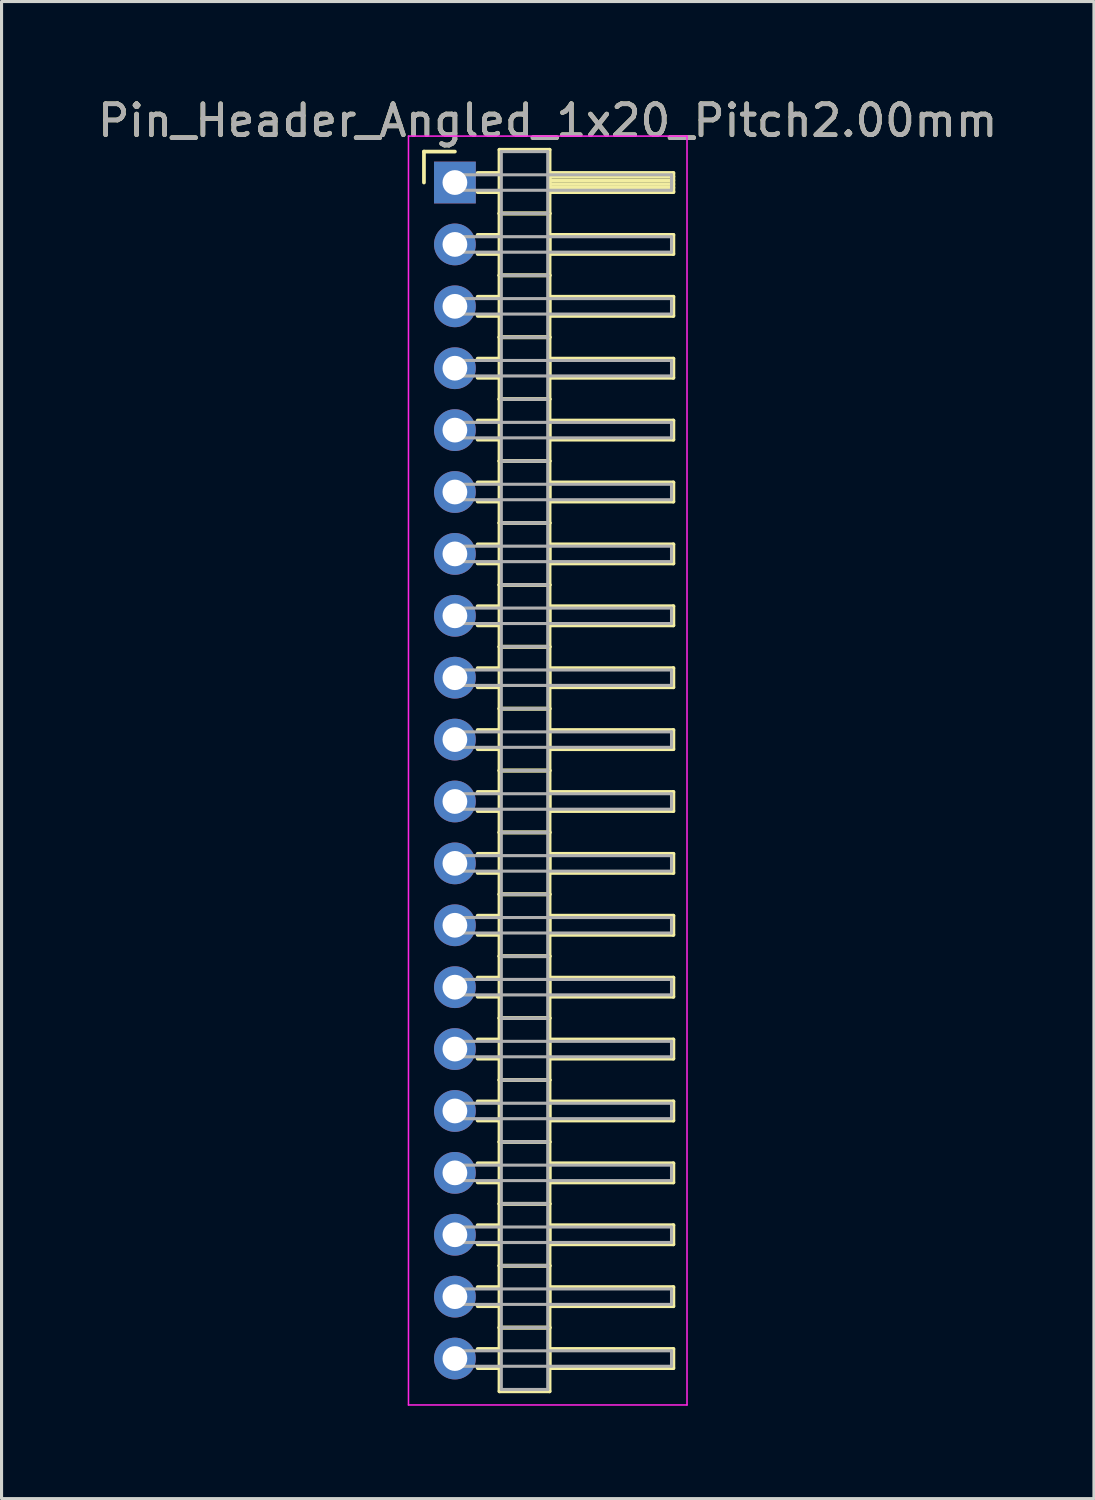
<source format=kicad_pcb>
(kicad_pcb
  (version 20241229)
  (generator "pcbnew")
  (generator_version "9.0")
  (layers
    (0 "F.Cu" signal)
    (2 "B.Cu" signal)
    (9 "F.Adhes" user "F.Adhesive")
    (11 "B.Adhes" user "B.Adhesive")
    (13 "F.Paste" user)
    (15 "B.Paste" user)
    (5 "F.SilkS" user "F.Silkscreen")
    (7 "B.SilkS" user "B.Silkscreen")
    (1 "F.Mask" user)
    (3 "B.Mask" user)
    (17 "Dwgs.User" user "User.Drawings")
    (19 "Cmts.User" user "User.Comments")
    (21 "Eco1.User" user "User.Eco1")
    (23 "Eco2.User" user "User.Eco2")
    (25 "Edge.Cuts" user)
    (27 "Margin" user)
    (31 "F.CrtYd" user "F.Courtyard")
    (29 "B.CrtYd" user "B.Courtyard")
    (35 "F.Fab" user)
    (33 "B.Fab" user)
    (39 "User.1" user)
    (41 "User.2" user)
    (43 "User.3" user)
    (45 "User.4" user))
  (footprint "Pin_Header_Angled_1x20_Pitch2.00mm"
    (layer "F.Cu")
    (at 11.649 2.848)
    (property "Reference" "Pin_Header_Angled_1x20_Pitch2.00mm" (at 3 -2 0) (layer "F.SilkS") (effects (font (size 1 1) (thickness 0.15))))
    (attr through_hole)
    (fp_line (start -1 -1) (end 0 -1) (stroke (width 0.12) (type solid)) (layer "F.SilkS"))
    (fp_line (start -1 0) (end -1 -1) (stroke (width 0.12) (type solid)) (layer "F.SilkS"))
    (fp_line (start 0.735 -0.31) (end 1.44 -0.31) (stroke (width 0.12) (type solid)) (layer "F.SilkS"))
    (fp_line (start 0.735 0.31) (end 1.44 0.31) (stroke (width 0.12) (type solid)) (layer "F.SilkS"))
    (fp_line (start 0.735 1.69) (end 1.44 1.69) (stroke (width 0.12) (type solid)) (layer "F.SilkS"))
    (fp_line (start 0.735 2.31) (end 1.44 2.31) (stroke (width 0.12) (type solid)) (layer "F.SilkS"))
    (fp_line (start 0.735 3.69) (end 1.44 3.69) (stroke (width 0.12) (type solid)) (layer "F.SilkS"))
    (fp_line (start 0.735 4.31) (end 1.44 4.31) (stroke (width 0.12) (type solid)) (layer "F.SilkS"))
    (fp_line (start 0.735 5.69) (end 1.44 5.69) (stroke (width 0.12) (type solid)) (layer "F.SilkS"))
    (fp_line (start 0.735 6.31) (end 1.44 6.31) (stroke (width 0.12) (type solid)) (layer "F.SilkS"))
    (fp_line (start 0.735 7.69) (end 1.44 7.69) (stroke (width 0.12) (type solid)) (layer "F.SilkS"))
    (fp_line (start 0.735 8.31) (end 1.44 8.31) (stroke (width 0.12) (type solid)) (layer "F.SilkS"))
    (fp_line (start 0.735 9.69) (end 1.44 9.69) (stroke (width 0.12) (type solid)) (layer "F.SilkS"))
    (fp_line (start 0.735 10.31) (end 1.44 10.31) (stroke (width 0.12) (type solid)) (layer "F.SilkS"))
    (fp_line (start 0.735 11.69) (end 1.44 11.69) (stroke (width 0.12) (type solid)) (layer "F.SilkS"))
    (fp_line (start 0.735 12.31) (end 1.44 12.31) (stroke (width 0.12) (type solid)) (layer "F.SilkS"))
    (fp_line (start 0.735 13.69) (end 1.44 13.69) (stroke (width 0.12) (type solid)) (layer "F.SilkS"))
    (fp_line (start 0.735 14.31) (end 1.44 14.31) (stroke (width 0.12) (type solid)) (layer "F.SilkS"))
    (fp_line (start 0.735 15.69) (end 1.44 15.69) (stroke (width 0.12) (type solid)) (layer "F.SilkS"))
    (fp_line (start 0.735 16.31) (end 1.44 16.31) (stroke (width 0.12) (type solid)) (layer "F.SilkS"))
    (fp_line (start 0.735 17.69) (end 1.44 17.69) (stroke (width 0.12) (type solid)) (layer "F.SilkS"))
    (fp_line (start 0.735 18.31) (end 1.44 18.31) (stroke (width 0.12) (type solid)) (layer "F.SilkS"))
    (fp_line (start 0.735 19.69) (end 1.44 19.69) (stroke (width 0.12) (type solid)) (layer "F.SilkS"))
    (fp_line (start 0.735 20.31) (end 1.44 20.31) (stroke (width 0.12) (type solid)) (layer "F.SilkS"))
    (fp_line (start 0.735 21.69) (end 1.44 21.69) (stroke (width 0.12) (type solid)) (layer "F.SilkS"))
    (fp_line (start 0.735 22.31) (end 1.44 22.31) (stroke (width 0.12) (type solid)) (layer "F.SilkS"))
    (fp_line (start 0.735 23.69) (end 1.44 23.69) (stroke (width 0.12) (type solid)) (layer "F.SilkS"))
    (fp_line (start 0.735 24.31) (end 1.44 24.31) (stroke (width 0.12) (type solid)) (layer "F.SilkS"))
    (fp_line (start 0.735 25.69) (end 1.44 25.69) (stroke (width 0.12) (type solid)) (layer "F.SilkS"))
    (fp_line (start 0.735 26.31) (end 1.44 26.31) (stroke (width 0.12) (type solid)) (layer "F.SilkS"))
    (fp_line (start 0.735 27.69) (end 1.44 27.69) (stroke (width 0.12) (type solid)) (layer "F.SilkS"))
    (fp_line (start 0.735 28.31) (end 1.44 28.31) (stroke (width 0.12) (type solid)) (layer "F.SilkS"))
    (fp_line (start 0.735 29.69) (end 1.44 29.69) (stroke (width 0.12) (type solid)) (layer "F.SilkS"))
    (fp_line (start 0.735 30.31) (end 1.44 30.31) (stroke (width 0.12) (type solid)) (layer "F.SilkS"))
    (fp_line (start 0.735 31.69) (end 1.44 31.69) (stroke (width 0.12) (type solid)) (layer "F.SilkS"))
    (fp_line (start 0.735 32.31) (end 1.44 32.31) (stroke (width 0.12) (type solid)) (layer "F.SilkS"))
    (fp_line (start 0.735 33.69) (end 1.44 33.69) (stroke (width 0.12) (type solid)) (layer "F.SilkS"))
    (fp_line (start 0.735 34.31) (end 1.44 34.31) (stroke (width 0.12) (type solid)) (layer "F.SilkS"))
    (fp_line (start 0.735 35.69) (end 1.44 35.69) (stroke (width 0.12) (type solid)) (layer "F.SilkS"))
    (fp_line (start 0.735 36.31) (end 1.44 36.31) (stroke (width 0.12) (type solid)) (layer "F.SilkS"))
    (fp_line (start 0.735 37.69) (end 1.44 37.69) (stroke (width 0.12) (type solid)) (layer "F.SilkS"))
    (fp_line (start 0.735 38.31) (end 1.44 38.31) (stroke (width 0.12) (type solid)) (layer "F.SilkS"))
    (fp_line (start 1.44 -1.06) (end 1.44 1) (stroke (width 0.12) (type solid)) (layer "F.SilkS"))
    (fp_line (start 1.44 1) (end 1.44 3) (stroke (width 0.12) (type solid)) (layer "F.SilkS"))
    (fp_line (start 1.44 1) (end 3.06 1) (stroke (width 0.12) (type solid)) (layer "F.SilkS"))
    (fp_line (start 1.44 3) (end 1.44 5) (stroke (width 0.12) (type solid)) (layer "F.SilkS"))
    (fp_line (start 1.44 3) (end 3.06 3) (stroke (width 0.12) (type solid)) (layer "F.SilkS"))
    (fp_line (start 1.44 5) (end 1.44 7) (stroke (width 0.12) (type solid)) (layer "F.SilkS"))
    (fp_line (start 1.44 5) (end 3.06 5) (stroke (width 0.12) (type solid)) (layer "F.SilkS"))
    (fp_line (start 1.44 7) (end 1.44 9) (stroke (width 0.12) (type solid)) (layer "F.SilkS"))
    (fp_line (start 1.44 7) (end 3.06 7) (stroke (width 0.12) (type solid)) (layer "F.SilkS"))
    (fp_line (start 1.44 9) (end 1.44 11) (stroke (width 0.12) (type solid)) (layer "F.SilkS"))
    (fp_line (start 1.44 9) (end 3.06 9) (stroke (width 0.12) (type solid)) (layer "F.SilkS"))
    (fp_line (start 1.44 11) (end 1.44 13) (stroke (width 0.12) (type solid)) (layer "F.SilkS"))
    (fp_line (start 1.44 11) (end 3.06 11) (stroke (width 0.12) (type solid)) (layer "F.SilkS"))
    (fp_line (start 1.44 13) (end 1.44 15) (stroke (width 0.12) (type solid)) (layer "F.SilkS"))
    (fp_line (start 1.44 13) (end 3.06 13) (stroke (width 0.12) (type solid)) (layer "F.SilkS"))
    (fp_line (start 1.44 15) (end 1.44 17) (stroke (width 0.12) (type solid)) (layer "F.SilkS"))
    (fp_line (start 1.44 15) (end 3.06 15) (stroke (width 0.12) (type solid)) (layer "F.SilkS"))
    (fp_line (start 1.44 17) (end 1.44 19) (stroke (width 0.12) (type solid)) (layer "F.SilkS"))
    (fp_line (start 1.44 17) (end 3.06 17) (stroke (width 0.12) (type solid)) (layer "F.SilkS"))
    (fp_line (start 1.44 19) (end 1.44 21) (stroke (width 0.12) (type solid)) (layer "F.SilkS"))
    (fp_line (start 1.44 19) (end 3.06 19) (stroke (width 0.12) (type solid)) (layer "F.SilkS"))
    (fp_line (start 1.44 21) (end 1.44 23) (stroke (width 0.12) (type solid)) (layer "F.SilkS"))
    (fp_line (start 1.44 21) (end 3.06 21) (stroke (width 0.12) (type solid)) (layer "F.SilkS"))
    (fp_line (start 1.44 23) (end 1.44 25) (stroke (width 0.12) (type solid)) (layer "F.SilkS"))
    (fp_line (start 1.44 23) (end 3.06 23) (stroke (width 0.12) (type solid)) (layer "F.SilkS"))
    (fp_line (start 1.44 25) (end 1.44 27) (stroke (width 0.12) (type solid)) (layer "F.SilkS"))
    (fp_line (start 1.44 25) (end 3.06 25) (stroke (width 0.12) (type solid)) (layer "F.SilkS"))
    (fp_line (start 1.44 27) (end 1.44 29) (stroke (width 0.12) (type solid)) (layer "F.SilkS"))
    (fp_line (start 1.44 27) (end 3.06 27) (stroke (width 0.12) (type solid)) (layer "F.SilkS"))
    (fp_line (start 1.44 29) (end 1.44 31) (stroke (width 0.12) (type solid)) (layer "F.SilkS"))
    (fp_line (start 1.44 29) (end 3.06 29) (stroke (width 0.12) (type solid)) (layer "F.SilkS"))
    (fp_line (start 1.44 31) (end 1.44 33) (stroke (width 0.12) (type solid)) (layer "F.SilkS"))
    (fp_line (start 1.44 31) (end 3.06 31) (stroke (width 0.12) (type solid)) (layer "F.SilkS"))
    (fp_line (start 1.44 33) (end 1.44 35) (stroke (width 0.12) (type solid)) (layer "F.SilkS"))
    (fp_line (start 1.44 33) (end 3.06 33) (stroke (width 0.12) (type solid)) (layer "F.SilkS"))
    (fp_line (start 1.44 35) (end 1.44 37) (stroke (width 0.12) (type solid)) (layer "F.SilkS"))
    (fp_line (start 1.44 35) (end 3.06 35) (stroke (width 0.12) (type solid)) (layer "F.SilkS"))
    (fp_line (start 1.44 37) (end 1.44 39.06) (stroke (width 0.12) (type solid)) (layer "F.SilkS"))
    (fp_line (start 1.44 37) (end 3.06 37) (stroke (width 0.12) (type solid)) (layer "F.SilkS"))
    (fp_line (start 1.44 39.06) (end 3.06 39.06) (stroke (width 0.12) (type solid)) (layer "F.SilkS"))
    (fp_line (start 3.06 -1.06) (end 1.44 -1.06) (stroke (width 0.12) (type solid)) (layer "F.SilkS"))
    (fp_line (start 3.06 -0.31) (end 3.06 0.31) (stroke (width 0.12) (type solid)) (layer "F.SilkS"))
    (fp_line (start 3.06 -0.19) (end 7.06 -0.19) (stroke (width 0.12) (type solid)) (layer "F.SilkS"))
    (fp_line (start 3.06 -0.07) (end 7.06 -0.07) (stroke (width 0.12) (type solid)) (layer "F.SilkS"))
    (fp_line (start 3.06 0.05) (end 7.06 0.05) (stroke (width 0.12) (type solid)) (layer "F.SilkS"))
    (fp_line (start 3.06 0.17) (end 7.06 0.17) (stroke (width 0.12) (type solid)) (layer "F.SilkS"))
    (fp_line (start 3.06 0.29) (end 7.06 0.29) (stroke (width 0.12) (type solid)) (layer "F.SilkS"))
    (fp_line (start 3.06 0.31) (end 7.06 0.31) (stroke (width 0.12) (type solid)) (layer "F.SilkS"))
    (fp_line (start 3.06 1) (end 1.44 1) (stroke (width 0.12) (type solid)) (layer "F.SilkS"))
    (fp_line (start 3.06 1) (end 3.06 -1.06) (stroke (width 0.12) (type solid)) (layer "F.SilkS"))
    (fp_line (start 3.06 1.69) (end 3.06 2.31) (stroke (width 0.12) (type solid)) (layer "F.SilkS"))
    (fp_line (start 3.06 2.31) (end 7.06 2.31) (stroke (width 0.12) (type solid)) (layer "F.SilkS"))
    (fp_line (start 3.06 3) (end 1.44 3) (stroke (width 0.12) (type solid)) (layer "F.SilkS"))
    (fp_line (start 3.06 3) (end 3.06 1) (stroke (width 0.12) (type solid)) (layer "F.SilkS"))
    (fp_line (start 3.06 3.69) (end 3.06 4.31) (stroke (width 0.12) (type solid)) (layer "F.SilkS"))
    (fp_line (start 3.06 4.31) (end 7.06 4.31) (stroke (width 0.12) (type solid)) (layer "F.SilkS"))
    (fp_line (start 3.06 5) (end 1.44 5) (stroke (width 0.12) (type solid)) (layer "F.SilkS"))
    (fp_line (start 3.06 5) (end 3.06 3) (stroke (width 0.12) (type solid)) (layer "F.SilkS"))
    (fp_line (start 3.06 5.69) (end 3.06 6.31) (stroke (width 0.12) (type solid)) (layer "F.SilkS"))
    (fp_line (start 3.06 6.31) (end 7.06 6.31) (stroke (width 0.12) (type solid)) (layer "F.SilkS"))
    (fp_line (start 3.06 7) (end 1.44 7) (stroke (width 0.12) (type solid)) (layer "F.SilkS"))
    (fp_line (start 3.06 7) (end 3.06 5) (stroke (width 0.12) (type solid)) (layer "F.SilkS"))
    (fp_line (start 3.06 7.69) (end 3.06 8.31) (stroke (width 0.12) (type solid)) (layer "F.SilkS"))
    (fp_line (start 3.06 8.31) (end 7.06 8.31) (stroke (width 0.12) (type solid)) (layer "F.SilkS"))
    (fp_line (start 3.06 9) (end 1.44 9) (stroke (width 0.12) (type solid)) (layer "F.SilkS"))
    (fp_line (start 3.06 9) (end 3.06 7) (stroke (width 0.12) (type solid)) (layer "F.SilkS"))
    (fp_line (start 3.06 9.69) (end 3.06 10.31) (stroke (width 0.12) (type solid)) (layer "F.SilkS"))
    (fp_line (start 3.06 10.31) (end 7.06 10.31) (stroke (width 0.12) (type solid)) (layer "F.SilkS"))
    (fp_line (start 3.06 11) (end 1.44 11) (stroke (width 0.12) (type solid)) (layer "F.SilkS"))
    (fp_line (start 3.06 11) (end 3.06 9) (stroke (width 0.12) (type solid)) (layer "F.SilkS"))
    (fp_line (start 3.06 11.69) (end 3.06 12.31) (stroke (width 0.12) (type solid)) (layer "F.SilkS"))
    (fp_line (start 3.06 12.31) (end 7.06 12.31) (stroke (width 0.12) (type solid)) (layer "F.SilkS"))
    (fp_line (start 3.06 13) (end 1.44 13) (stroke (width 0.12) (type solid)) (layer "F.SilkS"))
    (fp_line (start 3.06 13) (end 3.06 11) (stroke (width 0.12) (type solid)) (layer "F.SilkS"))
    (fp_line (start 3.06 13.69) (end 3.06 14.31) (stroke (width 0.12) (type solid)) (layer "F.SilkS"))
    (fp_line (start 3.06 14.31) (end 7.06 14.31) (stroke (width 0.12) (type solid)) (layer "F.SilkS"))
    (fp_line (start 3.06 15) (end 1.44 15) (stroke (width 0.12) (type solid)) (layer "F.SilkS"))
    (fp_line (start 3.06 15) (end 3.06 13) (stroke (width 0.12) (type solid)) (layer "F.SilkS"))
    (fp_line (start 3.06 15.69) (end 3.06 16.31) (stroke (width 0.12) (type solid)) (layer "F.SilkS"))
    (fp_line (start 3.06 16.31) (end 7.06 16.31) (stroke (width 0.12) (type solid)) (layer "F.SilkS"))
    (fp_line (start 3.06 17) (end 1.44 17) (stroke (width 0.12) (type solid)) (layer "F.SilkS"))
    (fp_line (start 3.06 17) (end 3.06 15) (stroke (width 0.12) (type solid)) (layer "F.SilkS"))
    (fp_line (start 3.06 17.69) (end 3.06 18.31) (stroke (width 0.12) (type solid)) (layer "F.SilkS"))
    (fp_line (start 3.06 18.31) (end 7.06 18.31) (stroke (width 0.12) (type solid)) (layer "F.SilkS"))
    (fp_line (start 3.06 19) (end 1.44 19) (stroke (width 0.12) (type solid)) (layer "F.SilkS"))
    (fp_line (start 3.06 19) (end 3.06 17) (stroke (width 0.12) (type solid)) (layer "F.SilkS"))
    (fp_line (start 3.06 19.69) (end 3.06 20.31) (stroke (width 0.12) (type solid)) (layer "F.SilkS"))
    (fp_line (start 3.06 20.31) (end 7.06 20.31) (stroke (width 0.12) (type solid)) (layer "F.SilkS"))
    (fp_line (start 3.06 21) (end 1.44 21) (stroke (width 0.12) (type solid)) (layer "F.SilkS"))
    (fp_line (start 3.06 21) (end 3.06 19) (stroke (width 0.12) (type solid)) (layer "F.SilkS"))
    (fp_line (start 3.06 21.69) (end 3.06 22.31) (stroke (width 0.12) (type solid)) (layer "F.SilkS"))
    (fp_line (start 3.06 22.31) (end 7.06 22.31) (stroke (width 0.12) (type solid)) (layer "F.SilkS"))
    (fp_line (start 3.06 23) (end 1.44 23) (stroke (width 0.12) (type solid)) (layer "F.SilkS"))
    (fp_line (start 3.06 23) (end 3.06 21) (stroke (width 0.12) (type solid)) (layer "F.SilkS"))
    (fp_line (start 3.06 23.69) (end 3.06 24.31) (stroke (width 0.12) (type solid)) (layer "F.SilkS"))
    (fp_line (start 3.06 24.31) (end 7.06 24.31) (stroke (width 0.12) (type solid)) (layer "F.SilkS"))
    (fp_line (start 3.06 25) (end 1.44 25) (stroke (width 0.12) (type solid)) (layer "F.SilkS"))
    (fp_line (start 3.06 25) (end 3.06 23) (stroke (width 0.12) (type solid)) (layer "F.SilkS"))
    (fp_line (start 3.06 25.69) (end 3.06 26.31) (stroke (width 0.12) (type solid)) (layer "F.SilkS"))
    (fp_line (start 3.06 26.31) (end 7.06 26.31) (stroke (width 0.12) (type solid)) (layer "F.SilkS"))
    (fp_line (start 3.06 27) (end 1.44 27) (stroke (width 0.12) (type solid)) (layer "F.SilkS"))
    (fp_line (start 3.06 27) (end 3.06 25) (stroke (width 0.12) (type solid)) (layer "F.SilkS"))
    (fp_line (start 3.06 27.69) (end 3.06 28.31) (stroke (width 0.12) (type solid)) (layer "F.SilkS"))
    (fp_line (start 3.06 28.31) (end 7.06 28.31) (stroke (width 0.12) (type solid)) (layer "F.SilkS"))
    (fp_line (start 3.06 29) (end 1.44 29) (stroke (width 0.12) (type solid)) (layer "F.SilkS"))
    (fp_line (start 3.06 29) (end 3.06 27) (stroke (width 0.12) (type solid)) (layer "F.SilkS"))
    (fp_line (start 3.06 29.69) (end 3.06 30.31) (stroke (width 0.12) (type solid)) (layer "F.SilkS"))
    (fp_line (start 3.06 30.31) (end 7.06 30.31) (stroke (width 0.12) (type solid)) (layer "F.SilkS"))
    (fp_line (start 3.06 31) (end 1.44 31) (stroke (width 0.12) (type solid)) (layer "F.SilkS"))
    (fp_line (start 3.06 31) (end 3.06 29) (stroke (width 0.12) (type solid)) (layer "F.SilkS"))
    (fp_line (start 3.06 31.69) (end 3.06 32.31) (stroke (width 0.12) (type solid)) (layer "F.SilkS"))
    (fp_line (start 3.06 32.31) (end 7.06 32.31) (stroke (width 0.12) (type solid)) (layer "F.SilkS"))
    (fp_line (start 3.06 33) (end 1.44 33) (stroke (width 0.12) (type solid)) (layer "F.SilkS"))
    (fp_line (start 3.06 33) (end 3.06 31) (stroke (width 0.12) (type solid)) (layer "F.SilkS"))
    (fp_line (start 3.06 33.69) (end 3.06 34.31) (stroke (width 0.12) (type solid)) (layer "F.SilkS"))
    (fp_line (start 3.06 34.31) (end 7.06 34.31) (stroke (width 0.12) (type solid)) (layer "F.SilkS"))
    (fp_line (start 3.06 35) (end 1.44 35) (stroke (width 0.12) (type solid)) (layer "F.SilkS"))
    (fp_line (start 3.06 35) (end 3.06 33) (stroke (width 0.12) (type solid)) (layer "F.SilkS"))
    (fp_line (start 3.06 35.69) (end 3.06 36.31) (stroke (width 0.12) (type solid)) (layer "F.SilkS"))
    (fp_line (start 3.06 36.31) (end 7.06 36.31) (stroke (width 0.12) (type solid)) (layer "F.SilkS"))
    (fp_line (start 3.06 37) (end 1.44 37) (stroke (width 0.12) (type solid)) (layer "F.SilkS"))
    (fp_line (start 3.06 37) (end 3.06 35) (stroke (width 0.12) (type solid)) (layer "F.SilkS"))
    (fp_line (start 3.06 37.69) (end 3.06 38.31) (stroke (width 0.12) (type solid)) (layer "F.SilkS"))
    (fp_line (start 3.06 38.31) (end 7.06 38.31) (stroke (width 0.12) (type solid)) (layer "F.SilkS"))
    (fp_line (start 3.06 39.06) (end 3.06 37) (stroke (width 0.12) (type solid)) (layer "F.SilkS"))
    (fp_line (start 7.06 -0.31) (end 3.06 -0.31) (stroke (width 0.12) (type solid)) (layer "F.SilkS"))
    (fp_line (start 7.06 0.31) (end 7.06 -0.31) (stroke (width 0.12) (type solid)) (layer "F.SilkS"))
    (fp_line (start 7.06 1.69) (end 3.06 1.69) (stroke (width 0.12) (type solid)) (layer "F.SilkS"))
    (fp_line (start 7.06 2.31) (end 7.06 1.69) (stroke (width 0.12) (type solid)) (layer "F.SilkS"))
    (fp_line (start 7.06 3.69) (end 3.06 3.69) (stroke (width 0.12) (type solid)) (layer "F.SilkS"))
    (fp_line (start 7.06 4.31) (end 7.06 3.69) (stroke (width 0.12) (type solid)) (layer "F.SilkS"))
    (fp_line (start 7.06 5.69) (end 3.06 5.69) (stroke (width 0.12) (type solid)) (layer "F.SilkS"))
    (fp_line (start 7.06 6.31) (end 7.06 5.69) (stroke (width 0.12) (type solid)) (layer "F.SilkS"))
    (fp_line (start 7.06 7.69) (end 3.06 7.69) (stroke (width 0.12) (type solid)) (layer "F.SilkS"))
    (fp_line (start 7.06 8.31) (end 7.06 7.69) (stroke (width 0.12) (type solid)) (layer "F.SilkS"))
    (fp_line (start 7.06 9.69) (end 3.06 9.69) (stroke (width 0.12) (type solid)) (layer "F.SilkS"))
    (fp_line (start 7.06 10.31) (end 7.06 9.69) (stroke (width 0.12) (type solid)) (layer "F.SilkS"))
    (fp_line (start 7.06 11.69) (end 3.06 11.69) (stroke (width 0.12) (type solid)) (layer "F.SilkS"))
    (fp_line (start 7.06 12.31) (end 7.06 11.69) (stroke (width 0.12) (type solid)) (layer "F.SilkS"))
    (fp_line (start 7.06 13.69) (end 3.06 13.69) (stroke (width 0.12) (type solid)) (layer "F.SilkS"))
    (fp_line (start 7.06 14.31) (end 7.06 13.69) (stroke (width 0.12) (type solid)) (layer "F.SilkS"))
    (fp_line (start 7.06 15.69) (end 3.06 15.69) (stroke (width 0.12) (type solid)) (layer "F.SilkS"))
    (fp_line (start 7.06 16.31) (end 7.06 15.69) (stroke (width 0.12) (type solid)) (layer "F.SilkS"))
    (fp_line (start 7.06 17.69) (end 3.06 17.69) (stroke (width 0.12) (type solid)) (layer "F.SilkS"))
    (fp_line (start 7.06 18.31) (end 7.06 17.69) (stroke (width 0.12) (type solid)) (layer "F.SilkS"))
    (fp_line (start 7.06 19.69) (end 3.06 19.69) (stroke (width 0.12) (type solid)) (layer "F.SilkS"))
    (fp_line (start 7.06 20.31) (end 7.06 19.69) (stroke (width 0.12) (type solid)) (layer "F.SilkS"))
    (fp_line (start 7.06 21.69) (end 3.06 21.69) (stroke (width 0.12) (type solid)) (layer "F.SilkS"))
    (fp_line (start 7.06 22.31) (end 7.06 21.69) (stroke (width 0.12) (type solid)) (layer "F.SilkS"))
    (fp_line (start 7.06 23.69) (end 3.06 23.69) (stroke (width 0.12) (type solid)) (layer "F.SilkS"))
    (fp_line (start 7.06 24.31) (end 7.06 23.69) (stroke (width 0.12) (type solid)) (layer "F.SilkS"))
    (fp_line (start 7.06 25.69) (end 3.06 25.69) (stroke (width 0.12) (type solid)) (layer "F.SilkS"))
    (fp_line (start 7.06 26.31) (end 7.06 25.69) (stroke (width 0.12) (type solid)) (layer "F.SilkS"))
    (fp_line (start 7.06 27.69) (end 3.06 27.69) (stroke (width 0.12) (type solid)) (layer "F.SilkS"))
    (fp_line (start 7.06 28.31) (end 7.06 27.69) (stroke (width 0.12) (type solid)) (layer "F.SilkS"))
    (fp_line (start 7.06 29.69) (end 3.06 29.69) (stroke (width 0.12) (type solid)) (layer "F.SilkS"))
    (fp_line (start 7.06 30.31) (end 7.06 29.69) (stroke (width 0.12) (type solid)) (layer "F.SilkS"))
    (fp_line (start 7.06 31.69) (end 3.06 31.69) (stroke (width 0.12) (type solid)) (layer "F.SilkS"))
    (fp_line (start 7.06 32.31) (end 7.06 31.69) (stroke (width 0.12) (type solid)) (layer "F.SilkS"))
    (fp_line (start 7.06 33.69) (end 3.06 33.69) (stroke (width 0.12) (type solid)) (layer "F.SilkS"))
    (fp_line (start 7.06 34.31) (end 7.06 33.69) (stroke (width 0.12) (type solid)) (layer "F.SilkS"))
    (fp_line (start 7.06 35.69) (end 3.06 35.69) (stroke (width 0.12) (type solid)) (layer "F.SilkS"))
    (fp_line (start 7.06 36.31) (end 7.06 35.69) (stroke (width 0.12) (type solid)) (layer "F.SilkS"))
    (fp_line (start 7.06 37.69) (end 3.06 37.69) (stroke (width 0.12) (type solid)) (layer "F.SilkS"))
    (fp_line (start 7.06 38.31) (end 7.06 37.69) (stroke (width 0.12) (type solid)) (layer "F.SilkS"))
    (fp_line (start -1.5 -1.5) (end -1.5 39.5) (stroke (width 0.05) (type solid)) (layer "F.CrtYd"))
    (fp_line (start -1.5 39.5) (end 7.5 39.5) (stroke (width 0.05) (type solid)) (layer "F.CrtYd"))
    (fp_line (start 7.5 -1.5) (end -1.5 -1.5) (stroke (width 0.05) (type solid)) (layer "F.CrtYd"))
    (fp_line (start 7.5 39.5) (end 7.5 -1.5) (stroke (width 0.05) (type solid)) (layer "F.CrtYd"))
    (fp_line (start 0 -0.25) (end 0 0.25) (stroke (width 0.1) (type solid)) (layer "F.Fab"))
    (fp_line (start 0 0.25) (end 7 0.25) (stroke (width 0.1) (type solid)) (layer "F.Fab"))
    (fp_line (start 0 1.75) (end 0 2.25) (stroke (width 0.1) (type solid)) (layer "F.Fab"))
    (fp_line (start 0 2.25) (end 7 2.25) (stroke (width 0.1) (type solid)) (layer "F.Fab"))
    (fp_line (start 0 3.75) (end 0 4.25) (stroke (width 0.1) (type solid)) (layer "F.Fab"))
    (fp_line (start 0 4.25) (end 7 4.25) (stroke (width 0.1) (type solid)) (layer "F.Fab"))
    (fp_line (start 0 5.75) (end 0 6.25) (stroke (width 0.1) (type solid)) (layer "F.Fab"))
    (fp_line (start 0 6.25) (end 7 6.25) (stroke (width 0.1) (type solid)) (layer "F.Fab"))
    (fp_line (start 0 7.75) (end 0 8.25) (stroke (width 0.1) (type solid)) (layer "F.Fab"))
    (fp_line (start 0 8.25) (end 7 8.25) (stroke (width 0.1) (type solid)) (layer "F.Fab"))
    (fp_line (start 0 9.75) (end 0 10.25) (stroke (width 0.1) (type solid)) (layer "F.Fab"))
    (fp_line (start 0 10.25) (end 7 10.25) (stroke (width 0.1) (type solid)) (layer "F.Fab"))
    (fp_line (start 0 11.75) (end 0 12.25) (stroke (width 0.1) (type solid)) (layer "F.Fab"))
    (fp_line (start 0 12.25) (end 7 12.25) (stroke (width 0.1) (type solid)) (layer "F.Fab"))
    (fp_line (start 0 13.75) (end 0 14.25) (stroke (width 0.1) (type solid)) (layer "F.Fab"))
    (fp_line (start 0 14.25) (end 7 14.25) (stroke (width 0.1) (type solid)) (layer "F.Fab"))
    (fp_line (start 0 15.75) (end 0 16.25) (stroke (width 0.1) (type solid)) (layer "F.Fab"))
    (fp_line (start 0 16.25) (end 7 16.25) (stroke (width 0.1) (type solid)) (layer "F.Fab"))
    (fp_line (start 0 17.75) (end 0 18.25) (stroke (width 0.1) (type solid)) (layer "F.Fab"))
    (fp_line (start 0 18.25) (end 7 18.25) (stroke (width 0.1) (type solid)) (layer "F.Fab"))
    (fp_line (start 0 19.75) (end 0 20.25) (stroke (width 0.1) (type solid)) (layer "F.Fab"))
    (fp_line (start 0 20.25) (end 7 20.25) (stroke (width 0.1) (type solid)) (layer "F.Fab"))
    (fp_line (start 0 21.75) (end 0 22.25) (stroke (width 0.1) (type solid)) (layer "F.Fab"))
    (fp_line (start 0 22.25) (end 7 22.25) (stroke (width 0.1) (type solid)) (layer "F.Fab"))
    (fp_line (start 0 23.75) (end 0 24.25) (stroke (width 0.1) (type solid)) (layer "F.Fab"))
    (fp_line (start 0 24.25) (end 7 24.25) (stroke (width 0.1) (type solid)) (layer "F.Fab"))
    (fp_line (start 0 25.75) (end 0 26.25) (stroke (width 0.1) (type solid)) (layer "F.Fab"))
    (fp_line (start 0 26.25) (end 7 26.25) (stroke (width 0.1) (type solid)) (layer "F.Fab"))
    (fp_line (start 0 27.75) (end 0 28.25) (stroke (width 0.1) (type solid)) (layer "F.Fab"))
    (fp_line (start 0 28.25) (end 7 28.25) (stroke (width 0.1) (type solid)) (layer "F.Fab"))
    (fp_line (start 0 29.75) (end 0 30.25) (stroke (width 0.1) (type solid)) (layer "F.Fab"))
    (fp_line (start 0 30.25) (end 7 30.25) (stroke (width 0.1) (type solid)) (layer "F.Fab"))
    (fp_line (start 0 31.75) (end 0 32.25) (stroke (width 0.1) (type solid)) (layer "F.Fab"))
    (fp_line (start 0 32.25) (end 7 32.25) (stroke (width 0.1) (type solid)) (layer "F.Fab"))
    (fp_line (start 0 33.75) (end 0 34.25) (stroke (width 0.1) (type solid)) (layer "F.Fab"))
    (fp_line (start 0 34.25) (end 7 34.25) (stroke (width 0.1) (type solid)) (layer "F.Fab"))
    (fp_line (start 0 35.75) (end 0 36.25) (stroke (width 0.1) (type solid)) (layer "F.Fab"))
    (fp_line (start 0 36.25) (end 7 36.25) (stroke (width 0.1) (type solid)) (layer "F.Fab"))
    (fp_line (start 0 37.75) (end 0 38.25) (stroke (width 0.1) (type solid)) (layer "F.Fab"))
    (fp_line (start 0 38.25) (end 7 38.25) (stroke (width 0.1) (type solid)) (layer "F.Fab"))
    (fp_line (start 1.5 -1) (end 1.5 1) (stroke (width 0.1) (type solid)) (layer "F.Fab"))
    (fp_line (start 1.5 1) (end 1.5 3) (stroke (width 0.1) (type solid)) (layer "F.Fab"))
    (fp_line (start 1.5 1) (end 3 1) (stroke (width 0.1) (type solid)) (layer "F.Fab"))
    (fp_line (start 1.5 3) (end 1.5 5) (stroke (width 0.1) (type solid)) (layer "F.Fab"))
    (fp_line (start 1.5 3) (end 3 3) (stroke (width 0.1) (type solid)) (layer "F.Fab"))
    (fp_line (start 1.5 5) (end 1.5 7) (stroke (width 0.1) (type solid)) (layer "F.Fab"))
    (fp_line (start 1.5 5) (end 3 5) (stroke (width 0.1) (type solid)) (layer "F.Fab"))
    (fp_line (start 1.5 7) (end 1.5 9) (stroke (width 0.1) (type solid)) (layer "F.Fab"))
    (fp_line (start 1.5 7) (end 3 7) (stroke (width 0.1) (type solid)) (layer "F.Fab"))
    (fp_line (start 1.5 9) (end 1.5 11) (stroke (width 0.1) (type solid)) (layer "F.Fab"))
    (fp_line (start 1.5 9) (end 3 9) (stroke (width 0.1) (type solid)) (layer "F.Fab"))
    (fp_line (start 1.5 11) (end 1.5 13) (stroke (width 0.1) (type solid)) (layer "F.Fab"))
    (fp_line (start 1.5 11) (end 3 11) (stroke (width 0.1) (type solid)) (layer "F.Fab"))
    (fp_line (start 1.5 13) (end 1.5 15) (stroke (width 0.1) (type solid)) (layer "F.Fab"))
    (fp_line (start 1.5 13) (end 3 13) (stroke (width 0.1) (type solid)) (layer "F.Fab"))
    (fp_line (start 1.5 15) (end 1.5 17) (stroke (width 0.1) (type solid)) (layer "F.Fab"))
    (fp_line (start 1.5 15) (end 3 15) (stroke (width 0.1) (type solid)) (layer "F.Fab"))
    (fp_line (start 1.5 17) (end 1.5 19) (stroke (width 0.1) (type solid)) (layer "F.Fab"))
    (fp_line (start 1.5 17) (end 3 17) (stroke (width 0.1) (type solid)) (layer "F.Fab"))
    (fp_line (start 1.5 19) (end 1.5 21) (stroke (width 0.1) (type solid)) (layer "F.Fab"))
    (fp_line (start 1.5 19) (end 3 19) (stroke (width 0.1) (type solid)) (layer "F.Fab"))
    (fp_line (start 1.5 21) (end 1.5 23) (stroke (width 0.1) (type solid)) (layer "F.Fab"))
    (fp_line (start 1.5 21) (end 3 21) (stroke (width 0.1) (type solid)) (layer "F.Fab"))
    (fp_line (start 1.5 23) (end 1.5 25) (stroke (width 0.1) (type solid)) (layer "F.Fab"))
    (fp_line (start 1.5 23) (end 3 23) (stroke (width 0.1) (type solid)) (layer "F.Fab"))
    (fp_line (start 1.5 25) (end 1.5 27) (stroke (width 0.1) (type solid)) (layer "F.Fab"))
    (fp_line (start 1.5 25) (end 3 25) (stroke (width 0.1) (type solid)) (layer "F.Fab"))
    (fp_line (start 1.5 27) (end 1.5 29) (stroke (width 0.1) (type solid)) (layer "F.Fab"))
    (fp_line (start 1.5 27) (end 3 27) (stroke (width 0.1) (type solid)) (layer "F.Fab"))
    (fp_line (start 1.5 29) (end 1.5 31) (stroke (width 0.1) (type solid)) (layer "F.Fab"))
    (fp_line (start 1.5 29) (end 3 29) (stroke (width 0.1) (type solid)) (layer "F.Fab"))
    (fp_line (start 1.5 31) (end 1.5 33) (stroke (width 0.1) (type solid)) (layer "F.Fab"))
    (fp_line (start 1.5 31) (end 3 31) (stroke (width 0.1) (type solid)) (layer "F.Fab"))
    (fp_line (start 1.5 33) (end 1.5 35) (stroke (width 0.1) (type solid)) (layer "F.Fab"))
    (fp_line (start 1.5 33) (end 3 33) (stroke (width 0.1) (type solid)) (layer "F.Fab"))
    (fp_line (start 1.5 35) (end 1.5 37) (stroke (width 0.1) (type solid)) (layer "F.Fab"))
    (fp_line (start 1.5 35) (end 3 35) (stroke (width 0.1) (type solid)) (layer "F.Fab"))
    (fp_line (start 1.5 37) (end 1.5 39) (stroke (width 0.1) (type solid)) (layer "F.Fab"))
    (fp_line (start 1.5 37) (end 3 37) (stroke (width 0.1) (type solid)) (layer "F.Fab"))
    (fp_line (start 1.5 39) (end 3 39) (stroke (width 0.1) (type solid)) (layer "F.Fab"))
    (fp_line (start 3 -1) (end 1.5 -1) (stroke (width 0.1) (type solid)) (layer "F.Fab"))
    (fp_line (start 3 1) (end 1.5 1) (stroke (width 0.1) (type solid)) (layer "F.Fab"))
    (fp_line (start 3 1) (end 3 -1) (stroke (width 0.1) (type solid)) (layer "F.Fab"))
    (fp_line (start 3 3) (end 1.5 3) (stroke (width 0.1) (type solid)) (layer "F.Fab"))
    (fp_line (start 3 3) (end 3 1) (stroke (width 0.1) (type solid)) (layer "F.Fab"))
    (fp_line (start 3 5) (end 1.5 5) (stroke (width 0.1) (type solid)) (layer "F.Fab"))
    (fp_line (start 3 5) (end 3 3) (stroke (width 0.1) (type solid)) (layer "F.Fab"))
    (fp_line (start 3 7) (end 1.5 7) (stroke (width 0.1) (type solid)) (layer "F.Fab"))
    (fp_line (start 3 7) (end 3 5) (stroke (width 0.1) (type solid)) (layer "F.Fab"))
    (fp_line (start 3 9) (end 1.5 9) (stroke (width 0.1) (type solid)) (layer "F.Fab"))
    (fp_line (start 3 9) (end 3 7) (stroke (width 0.1) (type solid)) (layer "F.Fab"))
    (fp_line (start 3 11) (end 1.5 11) (stroke (width 0.1) (type solid)) (layer "F.Fab"))
    (fp_line (start 3 11) (end 3 9) (stroke (width 0.1) (type solid)) (layer "F.Fab"))
    (fp_line (start 3 13) (end 1.5 13) (stroke (width 0.1) (type solid)) (layer "F.Fab"))
    (fp_line (start 3 13) (end 3 11) (stroke (width 0.1) (type solid)) (layer "F.Fab"))
    (fp_line (start 3 15) (end 1.5 15) (stroke (width 0.1) (type solid)) (layer "F.Fab"))
    (fp_line (start 3 15) (end 3 13) (stroke (width 0.1) (type solid)) (layer "F.Fab"))
    (fp_line (start 3 17) (end 1.5 17) (stroke (width 0.1) (type solid)) (layer "F.Fab"))
    (fp_line (start 3 17) (end 3 15) (stroke (width 0.1) (type solid)) (layer "F.Fab"))
    (fp_line (start 3 19) (end 1.5 19) (stroke (width 0.1) (type solid)) (layer "F.Fab"))
    (fp_line (start 3 19) (end 3 17) (stroke (width 0.1) (type solid)) (layer "F.Fab"))
    (fp_line (start 3 21) (end 1.5 21) (stroke (width 0.1) (type solid)) (layer "F.Fab"))
    (fp_line (start 3 21) (end 3 19) (stroke (width 0.1) (type solid)) (layer "F.Fab"))
    (fp_line (start 3 23) (end 1.5 23) (stroke (width 0.1) (type solid)) (layer "F.Fab"))
    (fp_line (start 3 23) (end 3 21) (stroke (width 0.1) (type solid)) (layer "F.Fab"))
    (fp_line (start 3 25) (end 1.5 25) (stroke (width 0.1) (type solid)) (layer "F.Fab"))
    (fp_line (start 3 25) (end 3 23) (stroke (width 0.1) (type solid)) (layer "F.Fab"))
    (fp_line (start 3 27) (end 1.5 27) (stroke (width 0.1) (type solid)) (layer "F.Fab"))
    (fp_line (start 3 27) (end 3 25) (stroke (width 0.1) (type solid)) (layer "F.Fab"))
    (fp_line (start 3 29) (end 1.5 29) (stroke (width 0.1) (type solid)) (layer "F.Fab"))
    (fp_line (start 3 29) (end 3 27) (stroke (width 0.1) (type solid)) (layer "F.Fab"))
    (fp_line (start 3 31) (end 1.5 31) (stroke (width 0.1) (type solid)) (layer "F.Fab"))
    (fp_line (start 3 31) (end 3 29) (stroke (width 0.1) (type solid)) (layer "F.Fab"))
    (fp_line (start 3 33) (end 1.5 33) (stroke (width 0.1) (type solid)) (layer "F.Fab"))
    (fp_line (start 3 33) (end 3 31) (stroke (width 0.1) (type solid)) (layer "F.Fab"))
    (fp_line (start 3 35) (end 1.5 35) (stroke (width 0.1) (type solid)) (layer "F.Fab"))
    (fp_line (start 3 35) (end 3 33) (stroke (width 0.1) (type solid)) (layer "F.Fab"))
    (fp_line (start 3 37) (end 1.5 37) (stroke (width 0.1) (type solid)) (layer "F.Fab"))
    (fp_line (start 3 37) (end 3 35) (stroke (width 0.1) (type solid)) (layer "F.Fab"))
    (fp_line (start 3 39) (end 3 37) (stroke (width 0.1) (type solid)) (layer "F.Fab"))
    (fp_line (start 7 -0.25) (end 0 -0.25) (stroke (width 0.1) (type solid)) (layer "F.Fab"))
    (fp_line (start 7 0.25) (end 7 -0.25) (stroke (width 0.1) (type solid)) (layer "F.Fab"))
    (fp_line (start 7 1.75) (end 0 1.75) (stroke (width 0.1) (type solid)) (layer "F.Fab"))
    (fp_line (start 7 2.25) (end 7 1.75) (stroke (width 0.1) (type solid)) (layer "F.Fab"))
    (fp_line (start 7 3.75) (end 0 3.75) (stroke (width 0.1) (type solid)) (layer "F.Fab"))
    (fp_line (start 7 4.25) (end 7 3.75) (stroke (width 0.1) (type solid)) (layer "F.Fab"))
    (fp_line (start 7 5.75) (end 0 5.75) (stroke (width 0.1) (type solid)) (layer "F.Fab"))
    (fp_line (start 7 6.25) (end 7 5.75) (stroke (width 0.1) (type solid)) (layer "F.Fab"))
    (fp_line (start 7 7.75) (end 0 7.75) (stroke (width 0.1) (type solid)) (layer "F.Fab"))
    (fp_line (start 7 8.25) (end 7 7.75) (stroke (width 0.1) (type solid)) (layer "F.Fab"))
    (fp_line (start 7 9.75) (end 0 9.75) (stroke (width 0.1) (type solid)) (layer "F.Fab"))
    (fp_line (start 7 10.25) (end 7 9.75) (stroke (width 0.1) (type solid)) (layer "F.Fab"))
    (fp_line (start 7 11.75) (end 0 11.75) (stroke (width 0.1) (type solid)) (layer "F.Fab"))
    (fp_line (start 7 12.25) (end 7 11.75) (stroke (width 0.1) (type solid)) (layer "F.Fab"))
    (fp_line (start 7 13.75) (end 0 13.75) (stroke (width 0.1) (type solid)) (layer "F.Fab"))
    (fp_line (start 7 14.25) (end 7 13.75) (stroke (width 0.1) (type solid)) (layer "F.Fab"))
    (fp_line (start 7 15.75) (end 0 15.75) (stroke (width 0.1) (type solid)) (layer "F.Fab"))
    (fp_line (start 7 16.25) (end 7 15.75) (stroke (width 0.1) (type solid)) (layer "F.Fab"))
    (fp_line (start 7 17.75) (end 0 17.75) (stroke (width 0.1) (type solid)) (layer "F.Fab"))
    (fp_line (start 7 18.25) (end 7 17.75) (stroke (width 0.1) (type solid)) (layer "F.Fab"))
    (fp_line (start 7 19.75) (end 0 19.75) (stroke (width 0.1) (type solid)) (layer "F.Fab"))
    (fp_line (start 7 20.25) (end 7 19.75) (stroke (width 0.1) (type solid)) (layer "F.Fab"))
    (fp_line (start 7 21.75) (end 0 21.75) (stroke (width 0.1) (type solid)) (layer "F.Fab"))
    (fp_line (start 7 22.25) (end 7 21.75) (stroke (width 0.1) (type solid)) (layer "F.Fab"))
    (fp_line (start 7 23.75) (end 0 23.75) (stroke (width 0.1) (type solid)) (layer "F.Fab"))
    (fp_line (start 7 24.25) (end 7 23.75) (stroke (width 0.1) (type solid)) (layer "F.Fab"))
    (fp_line (start 7 25.75) (end 0 25.75) (stroke (width 0.1) (type solid)) (layer "F.Fab"))
    (fp_line (start 7 26.25) (end 7 25.75) (stroke (width 0.1) (type solid)) (layer "F.Fab"))
    (fp_line (start 7 27.75) (end 0 27.75) (stroke (width 0.1) (type solid)) (layer "F.Fab"))
    (fp_line (start 7 28.25) (end 7 27.75) (stroke (width 0.1) (type solid)) (layer "F.Fab"))
    (fp_line (start 7 29.75) (end 0 29.75) (stroke (width 0.1) (type solid)) (layer "F.Fab"))
    (fp_line (start 7 30.25) (end 7 29.75) (stroke (width 0.1) (type solid)) (layer "F.Fab"))
    (fp_line (start 7 31.75) (end 0 31.75) (stroke (width 0.1) (type solid)) (layer "F.Fab"))
    (fp_line (start 7 32.25) (end 7 31.75) (stroke (width 0.1) (type solid)) (layer "F.Fab"))
    (fp_line (start 7 33.75) (end 0 33.75) (stroke (width 0.1) (type solid)) (layer "F.Fab"))
    (fp_line (start 7 34.25) (end 7 33.75) (stroke (width 0.1) (type solid)) (layer "F.Fab"))
    (fp_line (start 7 35.75) (end 0 35.75) (stroke (width 0.1) (type solid)) (layer "F.Fab"))
    (fp_line (start 7 36.25) (end 7 35.75) (stroke (width 0.1) (type solid)) (layer "F.Fab"))
    (fp_line (start 7 37.75) (end 0 37.75) (stroke (width 0.1) (type solid)) (layer "F.Fab"))
    (fp_line (start 7 38.25) (end 7 37.75) (stroke (width 0.1) (type solid)) (layer "F.Fab"))
    (fp_text user "${REFERENCE}" (at 3 -2 0) (layer "F.Fab") (effects (font (size 1 1) (thickness 0.15))))
    (pad "1" thru_hole rect (at 0 0) (size 1.35 1.35) (drill 0.8) (layers "*.Cu" "*.Mask"))
    (pad "2" thru_hole oval (at 0 2) (size 1.35 1.35) (drill 0.8) (layers "*.Cu" "*.Mask"))
    (pad "3" thru_hole oval (at 0 4) (size 1.35 1.35) (drill 0.8) (layers "*.Cu" "*.Mask"))
    (pad "4" thru_hole oval (at 0 6) (size 1.35 1.35) (drill 0.8) (layers "*.Cu" "*.Mask"))
    (pad "5" thru_hole oval (at 0 8) (size 1.35 1.35) (drill 0.8) (layers "*.Cu" "*.Mask"))
    (pad "6" thru_hole oval (at 0 10) (size 1.35 1.35) (drill 0.8) (layers "*.Cu" "*.Mask"))
    (pad "7" thru_hole oval (at 0 12) (size 1.35 1.35) (drill 0.8) (layers "*.Cu" "*.Mask"))
    (pad "8" thru_hole oval (at 0 14) (size 1.35 1.35) (drill 0.8) (layers "*.Cu" "*.Mask"))
    (pad "9" thru_hole oval (at 0 16) (size 1.35 1.35) (drill 0.8) (layers "*.Cu" "*.Mask"))
    (pad "10" thru_hole oval (at 0 18) (size 1.35 1.35) (drill 0.8) (layers "*.Cu" "*.Mask"))
    (pad "11" thru_hole oval (at 0 20) (size 1.35 1.35) (drill 0.8) (layers "*.Cu" "*.Mask"))
    (pad "12" thru_hole oval (at 0 22) (size 1.35 1.35) (drill 0.8) (layers "*.Cu" "*.Mask"))
    (pad "13" thru_hole oval (at 0 24) (size 1.35 1.35) (drill 0.8) (layers "*.Cu" "*.Mask"))
    (pad "14" thru_hole oval (at 0 26) (size 1.35 1.35) (drill 0.8) (layers "*.Cu" "*.Mask"))
    (pad "15" thru_hole oval (at 0 28) (size 1.35 1.35) (drill 0.8) (layers "*.Cu" "*.Mask"))
    (pad "16" thru_hole oval (at 0 30) (size 1.35 1.35) (drill 0.8) (layers "*.Cu" "*.Mask"))
    (pad "17" thru_hole oval (at 0 32) (size 1.35 1.35) (drill 0.8) (layers "*.Cu" "*.Mask"))
    (pad "18" thru_hole oval (at 0 34) (size 1.35 1.35) (drill 0.8) (layers "*.Cu" "*.Mask"))
    (pad "19" thru_hole oval (at 0 36) (size 1.35 1.35) (drill 0.8) (layers "*.Cu" "*.Mask"))
    (pad "20" thru_hole oval (at 0 38) (size 1.35 1.35) (drill 0.8) (layers "*.Cu" "*.Mask")))
  (gr_rect
    (start -3 -3)
    (end 32.298 45.373)
    (stroke (width 0.1) (type default))
    (fill no)
    (layer "Edge.Cuts")))
</source>
